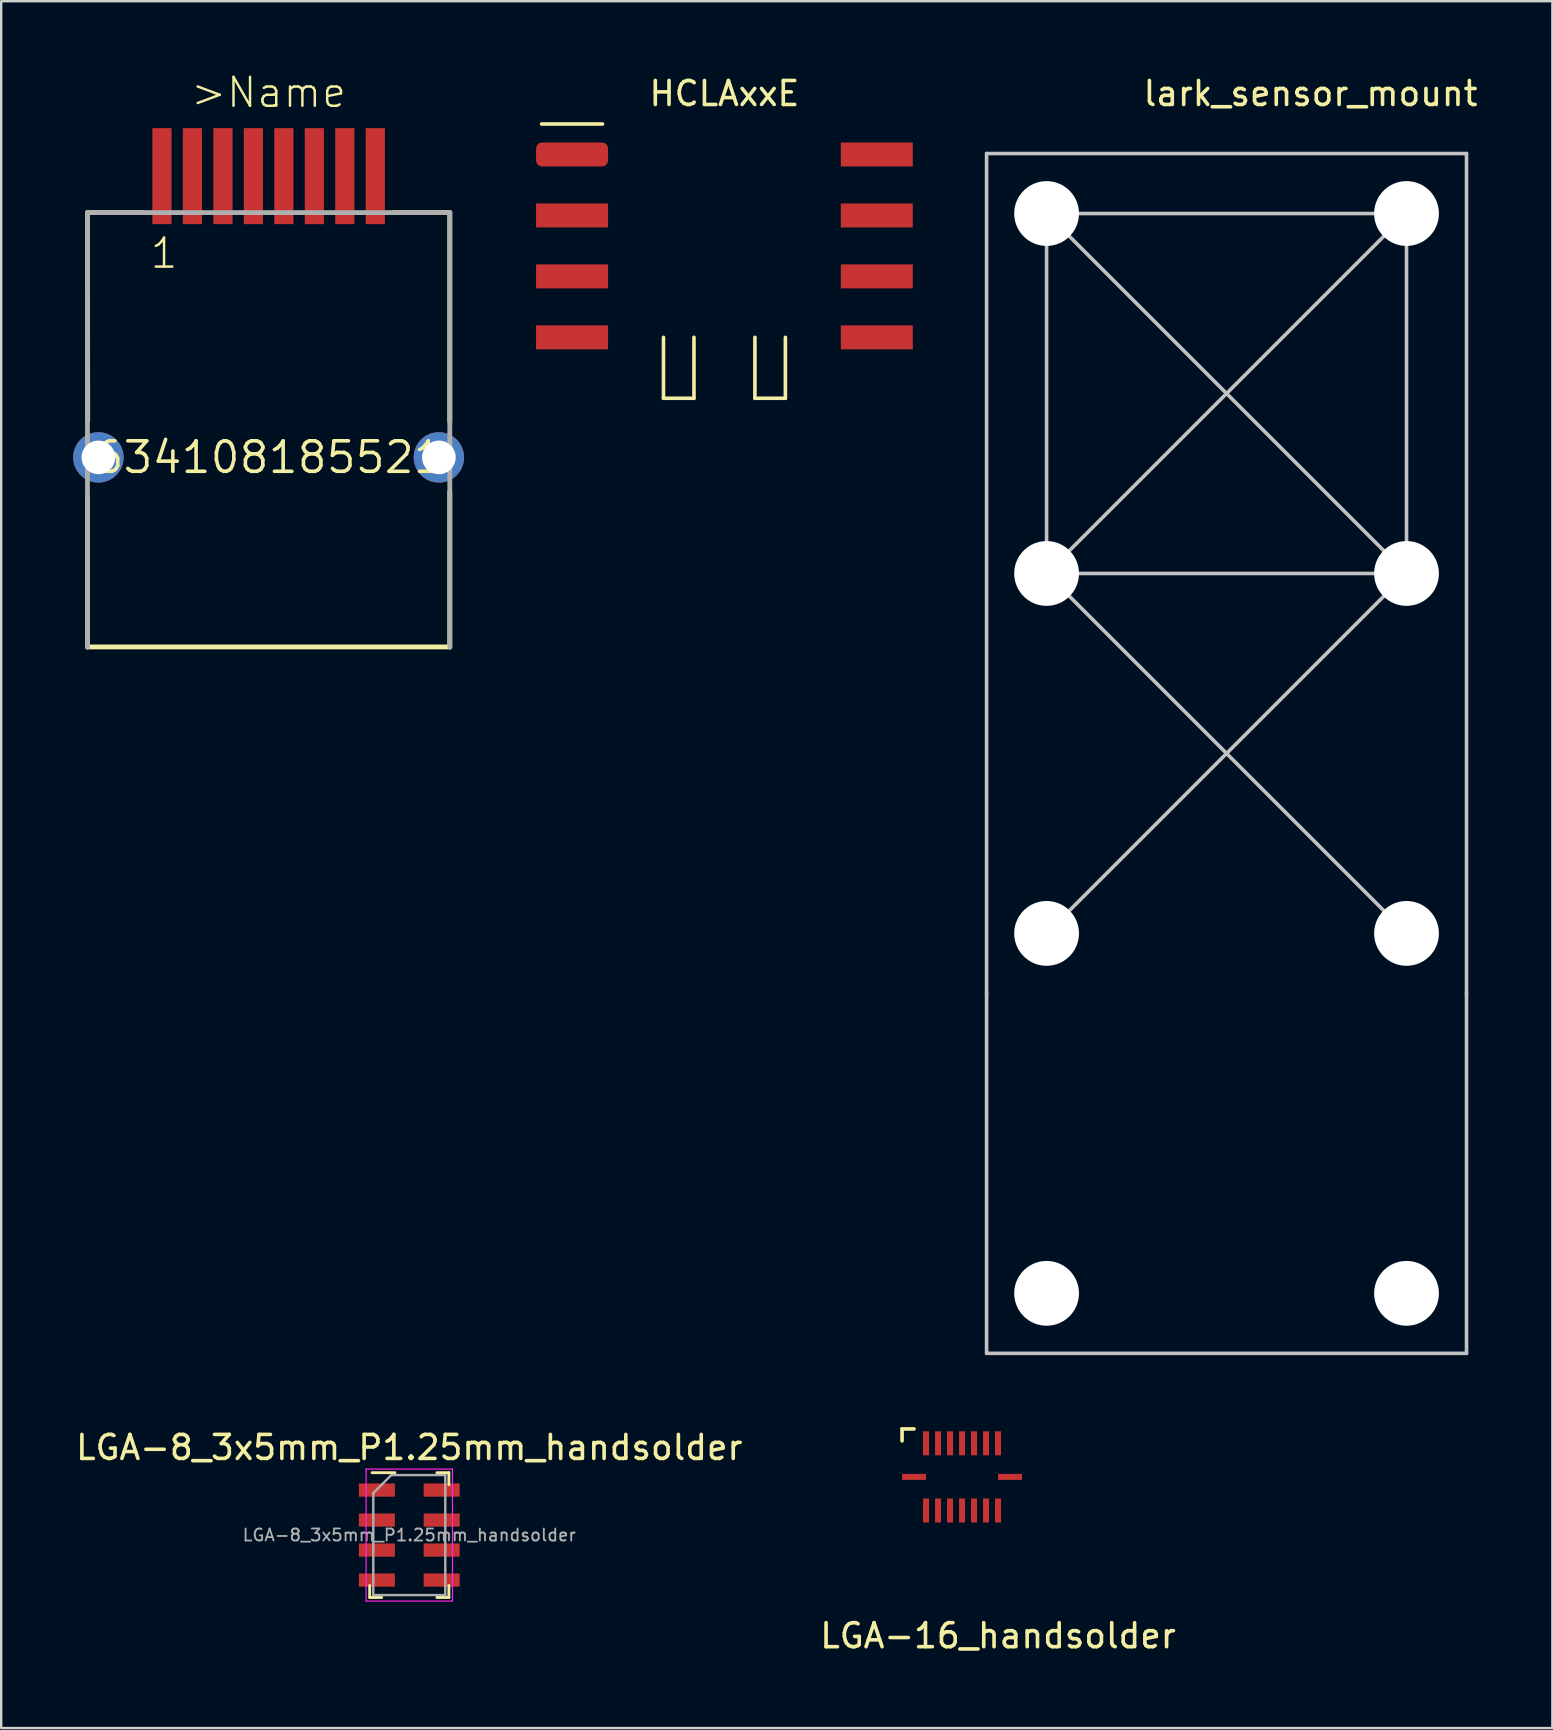
<source format=kicad_pcb>
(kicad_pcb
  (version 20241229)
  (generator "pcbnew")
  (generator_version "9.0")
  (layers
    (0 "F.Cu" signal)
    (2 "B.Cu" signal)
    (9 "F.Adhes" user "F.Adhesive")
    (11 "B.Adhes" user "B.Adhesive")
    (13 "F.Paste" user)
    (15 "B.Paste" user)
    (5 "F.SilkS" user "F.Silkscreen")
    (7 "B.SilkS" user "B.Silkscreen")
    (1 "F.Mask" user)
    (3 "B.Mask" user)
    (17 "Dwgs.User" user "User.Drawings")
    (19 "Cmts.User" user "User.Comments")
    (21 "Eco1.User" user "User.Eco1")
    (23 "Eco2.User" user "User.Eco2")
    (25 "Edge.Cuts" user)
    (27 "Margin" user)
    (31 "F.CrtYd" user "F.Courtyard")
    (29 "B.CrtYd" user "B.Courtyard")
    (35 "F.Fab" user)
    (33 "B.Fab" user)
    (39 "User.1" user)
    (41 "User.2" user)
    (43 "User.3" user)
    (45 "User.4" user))
  (footprint "LGA-8_3x5mm_P1.25mm_handsolder"
    (layer "F.Cu")
    (at 14.006 60.922)
    (property "Reference" "LGA-8_3x5mm_P1.25mm_handsolder" (at 0 -3.65 0) (layer "F.SilkS") (effects (font (size 1 1) (thickness 0.15))))
    (attr smd)
    (fp_line (start -1.65 2.6) (end -1.65 2.1) (stroke (width 0.12) (type solid)) (layer "F.SilkS"))
    (fp_line (start -1.55 -2.6) (end -0.6 -2.6) (stroke (width 0.12) (type solid)) (layer "F.SilkS"))
    (fp_line (start -1.15 2.6) (end -1.65 2.6) (stroke (width 0.12) (type solid)) (layer "F.SilkS"))
    (fp_line (start 1.15 -2.6) (end 1.65 -2.6) (stroke (width 0.12) (type solid)) (layer "F.SilkS"))
    (fp_line (start 1.65 -2.6) (end 1.65 -2.1) (stroke (width 0.12) (type solid)) (layer "F.SilkS"))
    (fp_line (start 1.65 2.1) (end 1.65 2.6) (stroke (width 0.12) (type solid)) (layer "F.SilkS"))
    (fp_line (start 1.65 2.6) (end 1.15 2.6) (stroke (width 0.12) (type solid)) (layer "F.SilkS"))
    (fp_line (start -1.8 -2.75) (end -1.8 2.75) (stroke (width 0.05) (type solid)) (layer "F.CrtYd"))
    (fp_line (start -1.8 -2.75) (end 1.8 -2.75) (stroke (width 0.05) (type solid)) (layer "F.CrtYd"))
    (fp_line (start 1.8 2.75) (end -1.8 2.75) (stroke (width 0.05) (type solid)) (layer "F.CrtYd"))
    (fp_line (start 1.8 2.75) (end 1.8 -2.75) (stroke (width 0.05) (type solid)) (layer "F.CrtYd"))
    (fp_line (start -1.5 -1.75) (end -0.75 -2.5) (stroke (width 0.1) (type solid)) (layer "F.Fab"))
    (fp_line (start -1.5 2.5) (end -1.5 -1.75) (stroke (width 0.1) (type solid)) (layer "F.Fab"))
    (fp_line (start -0.75 -2.5) (end 1.5 -2.5) (stroke (width 0.1) (type solid)) (layer "F.Fab"))
    (fp_line (start 1.5 -2.5) (end 1.5 2.5) (stroke (width 0.1) (type solid)) (layer "F.Fab"))
    (fp_line (start 1.5 2.5) (end -1.5 2.5) (stroke (width 0.1) (type solid)) (layer "F.Fab"))
    (fp_text user "${REFERENCE}" (at 0 0 0) (layer "F.Fab") (effects (font (size 0.5 0.5) (thickness 0.075))))
    (pad "1" smd rect (at -1.35 -1.875) (size 1.5 0.55) (layers "F.Cu" "F.Mask" "F.Paste"))
    (pad "2" smd rect (at -1.35 -0.625) (size 1.5 0.55) (layers "F.Cu" "F.Mask" "F.Paste"))
    (pad "3" smd rect (at -1.35 0.625) (size 1.5 0.55) (layers "F.Cu" "F.Mask" "F.Paste"))
    (pad "4" smd rect (at -1.35 1.875) (size 1.5 0.55) (layers "F.Cu" "F.Mask" "F.Paste"))
    (pad "5" smd rect (at 1.35 1.875) (size 1.5 0.55) (layers "F.Cu" "F.Mask" "F.Paste"))
    (pad "6" smd rect (at 1.35 0.625) (size 1.5 0.55) (layers "F.Cu" "F.Mask" "F.Paste"))
    (pad "7" smd rect (at 1.35 -0.625) (size 1.5 0.55) (layers "F.Cu" "F.Mask" "F.Paste"))
    (pad "8" smd rect (at 1.35 -1.875) (size 1.5 0.55) (layers "F.Cu" "F.Mask" "F.Paste")))
  (footprint "LGA-16_handsolder"
    (layer "F.Cu")
    (at 38.542 57.498)
    (property "Reference" "LGA-16_handsolder" (at 0 7.62 0) (layer "F.SilkS") (effects (font (size 1 1) (thickness 0.15))))
    (attr through_hole)
    (fp_line (start -4 -1) (end -3.5 -1) (stroke (width 0.15) (type solid)) (layer "F.SilkS"))
    (fp_line (start -4 -0.5) (end -4 -1) (stroke (width 0.15) (type solid)) (layer "F.SilkS"))
    (pad "1" smd rect (at -3 0.1) (size 0.25 1) (drill (offset 0 -0.5)) (layers "F.Cu" "F.Mask" "F.Paste"))
    (pad "2" smd rect (at -2.5 0.1) (size 0.25 1) (drill (offset 0 -0.5)) (layers "F.Cu" "F.Mask" "F.Paste"))
    (pad "3" smd rect (at -2 0.1) (size 0.25 1) (drill (offset 0 -0.5)) (layers "F.Cu" "F.Mask" "F.Paste"))
    (pad "4" smd rect (at -1.5 0.1) (size 0.25 1) (drill (offset 0 -0.5)) (layers "F.Cu" "F.Mask" "F.Paste"))
    (pad "5" smd rect (at -1 0.1) (size 0.25 1) (drill (offset 0 -0.5)) (layers "F.Cu" "F.Mask" "F.Paste"))
    (pad "6" smd rect (at -0.5 0.1) (size 0.25 1) (drill (offset 0 -0.5)) (layers "F.Cu" "F.Mask" "F.Paste"))
    (pad "7" smd rect (at 0 0.1) (size 0.25 1) (drill (offset 0 -0.5)) (layers "F.Cu" "F.Mask" "F.Paste"))
    (pad "8" smd rect (at 0.5 1 270) (size 0.25 1) (layers "F.Cu" "F.Mask" "F.Paste"))
    (pad "9" smd rect (at 0 1.9 180) (size 0.25 1) (drill (offset 0 -0.5)) (layers "F.Cu" "F.Mask" "F.Paste"))
    (pad "10" smd rect (at -0.5 1.9 180) (size 0.25 1) (drill (offset 0 -0.5)) (layers "F.Cu" "F.Mask" "F.Paste"))
    (pad "11" smd rect (at -1 1.9 180) (size 0.25 1) (drill (offset 0 -0.5)) (layers "F.Cu" "F.Mask" "F.Paste"))
    (pad "12" smd rect (at -1.5 1.9 180) (size 0.25 1) (drill (offset 0 -0.5)) (layers "F.Cu" "F.Mask" "F.Paste"))
    (pad "13" smd rect (at -2 1.9 180) (size 0.25 1) (drill (offset 0 -0.5)) (layers "F.Cu" "F.Mask" "F.Paste"))
    (pad "14" smd rect (at -2.5 1.9 180) (size 0.25 1) (drill (offset 0 -0.5)) (layers "F.Cu" "F.Mask" "F.Paste"))
    (pad "15" smd rect (at -3 1.9 180) (size 0.25 1) (drill (offset 0 -0.5)) (layers "F.Cu" "F.Mask" "F.Paste"))
    (pad "16" smd rect (at -3.5 1 90) (size 0.25 1) (layers "F.Cu" "F.Mask" "F.Paste")))
  (footprint "HCLAxxE"
    (layer "F.Cu")
    (at 20.79 3.388)
    (property "Reference" "HCLAxxE" (at 6.35 -2.54 0) (layer "F.SilkS") (effects (font (size 1 1) (thickness 0.15))))
    (attr through_hole)
    (fp_line (start 1.27 -1.27) (end -1.27 -1.27) (stroke (width 0.15) (type solid)) (layer "F.SilkS"))
    (fp_line (start 3.81 7.62) (end 3.81 10.16) (stroke (width 0.15) (type solid)) (layer "F.SilkS"))
    (fp_line (start 3.81 10.16) (end 5.08 10.16) (stroke (width 0.15) (type solid)) (layer "F.SilkS"))
    (fp_line (start 5.08 10.16) (end 5.08 7.62) (stroke (width 0.15) (type solid)) (layer "F.SilkS"))
    (fp_line (start 7.62 10.16) (end 7.62 7.62) (stroke (width 0.15) (type solid)) (layer "F.SilkS"))
    (fp_line (start 8.89 7.62) (end 8.89 10.16) (stroke (width 0.15) (type solid)) (layer "F.SilkS"))
    (fp_line (start 8.89 10.16) (end 7.62 10.16) (stroke (width 0.15) (type solid)) (layer "F.SilkS"))
    (pad "1" smd roundrect (at 0 0) (size 3 1) (layers "F.Cu" "F.Mask" "F.Paste") (roundrect_rratio 0.25))
    (pad "2" smd rect (at 0 2.54) (size 3 1) (layers "F.Cu" "F.Mask" "F.Paste"))
    (pad "3" smd rect (at 0 5.08) (size 3 1) (layers "F.Cu" "F.Mask" "F.Paste"))
    (pad "4" smd rect (at 0 7.62) (size 3 1) (layers "F.Cu" "F.Mask" "F.Paste"))
    (pad "5" smd rect (at 12.7 7.62) (size 3 1) (layers "F.Cu" "F.Mask" "F.Paste"))
    (pad "6" smd rect (at 12.7 5.08) (size 3 1) (layers "F.Cu" "F.Mask" "F.Paste"))
    (pad "7" smd rect (at 12.7 2.54) (size 3 1) (layers "F.Cu" "F.Mask" "F.Paste"))
    (pad "8" smd rect (at 12.7 0) (size 3 1) (layers "F.Cu" "F.Mask" "F.Paste")))
  (footprint "634108185521"
    (layer "F.Cu")
    (at 8.145 16.011)
    (property "Reference" "634108185521" (at 0 0 0) (layer "F.SilkS") (effects (font (size 1.27 1.27) (thickness 0.15))))
    (attr through_hole)
    (fp_line (start -7.55 -10.2) (end -7.54 -1.54) (stroke (width 0.2) (type solid)) (layer "F.SilkS"))
    (fp_line (start -7.55 1.62) (end -7.55 7.9) (stroke (width 0.2) (type solid)) (layer "F.SilkS"))
    (fp_line (start -5.21 -10.2) (end -7.55 -10.2) (stroke (width 0.2) (type solid)) (layer "F.SilkS"))
    (fp_line (start 5.2 -10.2) (end 7.55 -10.2) (stroke (width 0.2) (type solid)) (layer "F.SilkS"))
    (fp_line (start 7.55 -10.2) (end 7.55 -1.48) (stroke (width 0.2) (type solid)) (layer "F.SilkS"))
    (fp_line (start 7.55 1.44) (end 7.55 7.9) (stroke (width 0.2) (type solid)) (layer "F.SilkS"))
    (fp_line (start 7.55 7.9) (end -7.55 7.9) (stroke (width 0.2) (type solid)) (layer "F.SilkS"))
    (fp_line (start -7.55 -10.2) (end 7.55 -10.2) (stroke (width 0.2) (type solid)) (layer "F.Fab"))
    (fp_line (start -7.55 7.9) (end -7.55 -10.2) (stroke (width 0.2) (type solid)) (layer "F.Fab"))
    (fp_line (start 7.55 -10.2) (end 7.55 7.9) (stroke (width 0.2) (type solid)) (layer "F.Fab"))
    (fp_text user ">Name" (at 0 -14.5 0) (layer "F.SilkS") (effects (font (size 1.206 1.206) (thickness 0.102)) (justify bottom)))
    (fp_text user "1" (at -5 -7.8 0) (layer "F.SilkS") (effects (font (size 1.206 1.206) (thickness 0.102)) (justify left bottom)))
    (pad "1" smd rect (at -4.445 -11.72) (size 0.8 4) (layers "F.Cu" "F.Mask" "F.Paste"))
    (pad "2" smd rect (at -3.175 -11.72) (size 0.8 4) (layers "F.Cu" "F.Mask" "F.Paste"))
    (pad "3" smd rect (at -1.905 -11.72) (size 0.8 4) (layers "F.Cu" "F.Mask" "F.Paste"))
    (pad "4" smd rect (at -0.635 -11.72) (size 0.8 4) (layers "F.Cu" "F.Mask" "F.Paste"))
    (pad "5" smd rect (at 0.635 -11.72) (size 0.8 4) (layers "F.Cu" "F.Mask" "F.Paste"))
    (pad "6" smd rect (at 1.905 -11.72) (size 0.8 4) (layers "F.Cu" "F.Mask" "F.Paste"))
    (pad "7" smd rect (at 3.175 -11.72) (size 0.8 4) (layers "F.Cu" "F.Mask" "F.Paste"))
    (pad "8" smd rect (at 4.445 -11.72) (size 0.8 4) (layers "F.Cu" "F.Mask" "F.Paste"))
    (pad "Z1" thru_hole circle (at -7.095 0) (size 2.1 2.1) (drill 1.4) (layers "*.Cu" "*.Mask"))
    (pad "Z2" thru_hole circle (at 7.095 0) (size 2.1 2.1) (drill 1.4) (layers "*.Cu" "*.Mask")))
  (footprint "lark_sensor_mount"
    (layer "F.Cu")
    (at 48.065 5.848)
    (property "Reference" "lark_sensor_mount" (at 3.5 -5 0) (layer "F.SilkS") (effects (font (size 1 1) (thickness 0.15))))
    (attr through_hole)
    (fp_line (start -10 -2.5) (end 10 -2.5) (stroke (width 0.15) (type solid)) (layer "Dwgs.User"))
    (fp_line (start -10 32.5) (end -10 -2.5) (stroke (width 0.15) (type solid)) (layer "Dwgs.User"))
    (fp_line (start -10 47.5) (end -10 32.5) (stroke (width 0.15) (type solid)) (layer "Dwgs.User"))
    (fp_line (start -10 47.5) (end 10 47.5) (stroke (width 0.15) (type solid)) (layer "Dwgs.User"))
    (fp_line (start -7.5 0) (end 7.5 0) (stroke (width 0.15) (type solid)) (layer "Dwgs.User"))
    (fp_line (start -7.5 0) (end 7.5 15) (stroke (width 0.15) (type solid)) (layer "Dwgs.User"))
    (fp_line (start -7.5 15) (end -7.5 0) (stroke (width 0.15) (type solid)) (layer "Dwgs.User"))
    (fp_line (start -7.5 15) (end 7.5 0) (stroke (width 0.15) (type solid)) (layer "Dwgs.User"))
    (fp_line (start -7.5 15) (end 7.5 30) (stroke (width 0.15) (type solid)) (layer "Dwgs.User"))
    (fp_line (start -7.5 30) (end 7.5 15) (stroke (width 0.15) (type solid)) (layer "Dwgs.User"))
    (fp_line (start 7.5 0) (end 7.5 15) (stroke (width 0.15) (type solid)) (layer "Dwgs.User"))
    (fp_line (start 7.5 15) (end -7.5 15) (stroke (width 0.15) (type solid)) (layer "Dwgs.User"))
    (fp_line (start 10 -2.5) (end 10 32.5) (stroke (width 0.15) (type solid)) (layer "Dwgs.User"))
    (fp_line (start 10 47.5) (end 10 32.5) (stroke (width 0.15) (type solid)) (layer "Dwgs.User"))
    (pad "" np_thru_hole circle (at -7.5 0) (size 2.7 2.7) (drill 2.7) (layers "*.Cu" "*.Mask"))
    (pad "" np_thru_hole circle (at -7.5 15) (size 2.7 2.7) (drill 2.7) (layers "*.Cu" "*.Mask"))
    (pad "" np_thru_hole circle (at -7.5 30) (size 2.7 2.7) (drill 2.7) (layers "*.Cu" "*.Mask"))
    (pad "" np_thru_hole circle (at -7.5 45) (size 2.7 2.7) (drill 2.7) (layers "*.Cu" "*.Mask"))
    (pad "" np_thru_hole circle (at 7.5 0) (size 2.7 2.7) (drill 2.7) (layers "*.Cu" "*.Mask"))
    (pad "" np_thru_hole circle (at 7.5 15) (size 2.7 2.7) (drill 2.7) (layers "*.Cu" "*.Mask"))
    (pad "" np_thru_hole circle (at 7.5 30) (size 2.7 2.7) (drill 2.7) (layers "*.Cu" "*.Mask"))
    (pad "" np_thru_hole circle (at 7.5 45) (size 2.7 2.7) (drill 2.7) (layers "*.Cu" "*.Mask")))
  (gr_rect
    (start -3 -3)
    (end 61.642 68.966)
    (stroke (width 0.1) (type default))
    (fill no)
    (layer "Edge.Cuts")))
</source>
